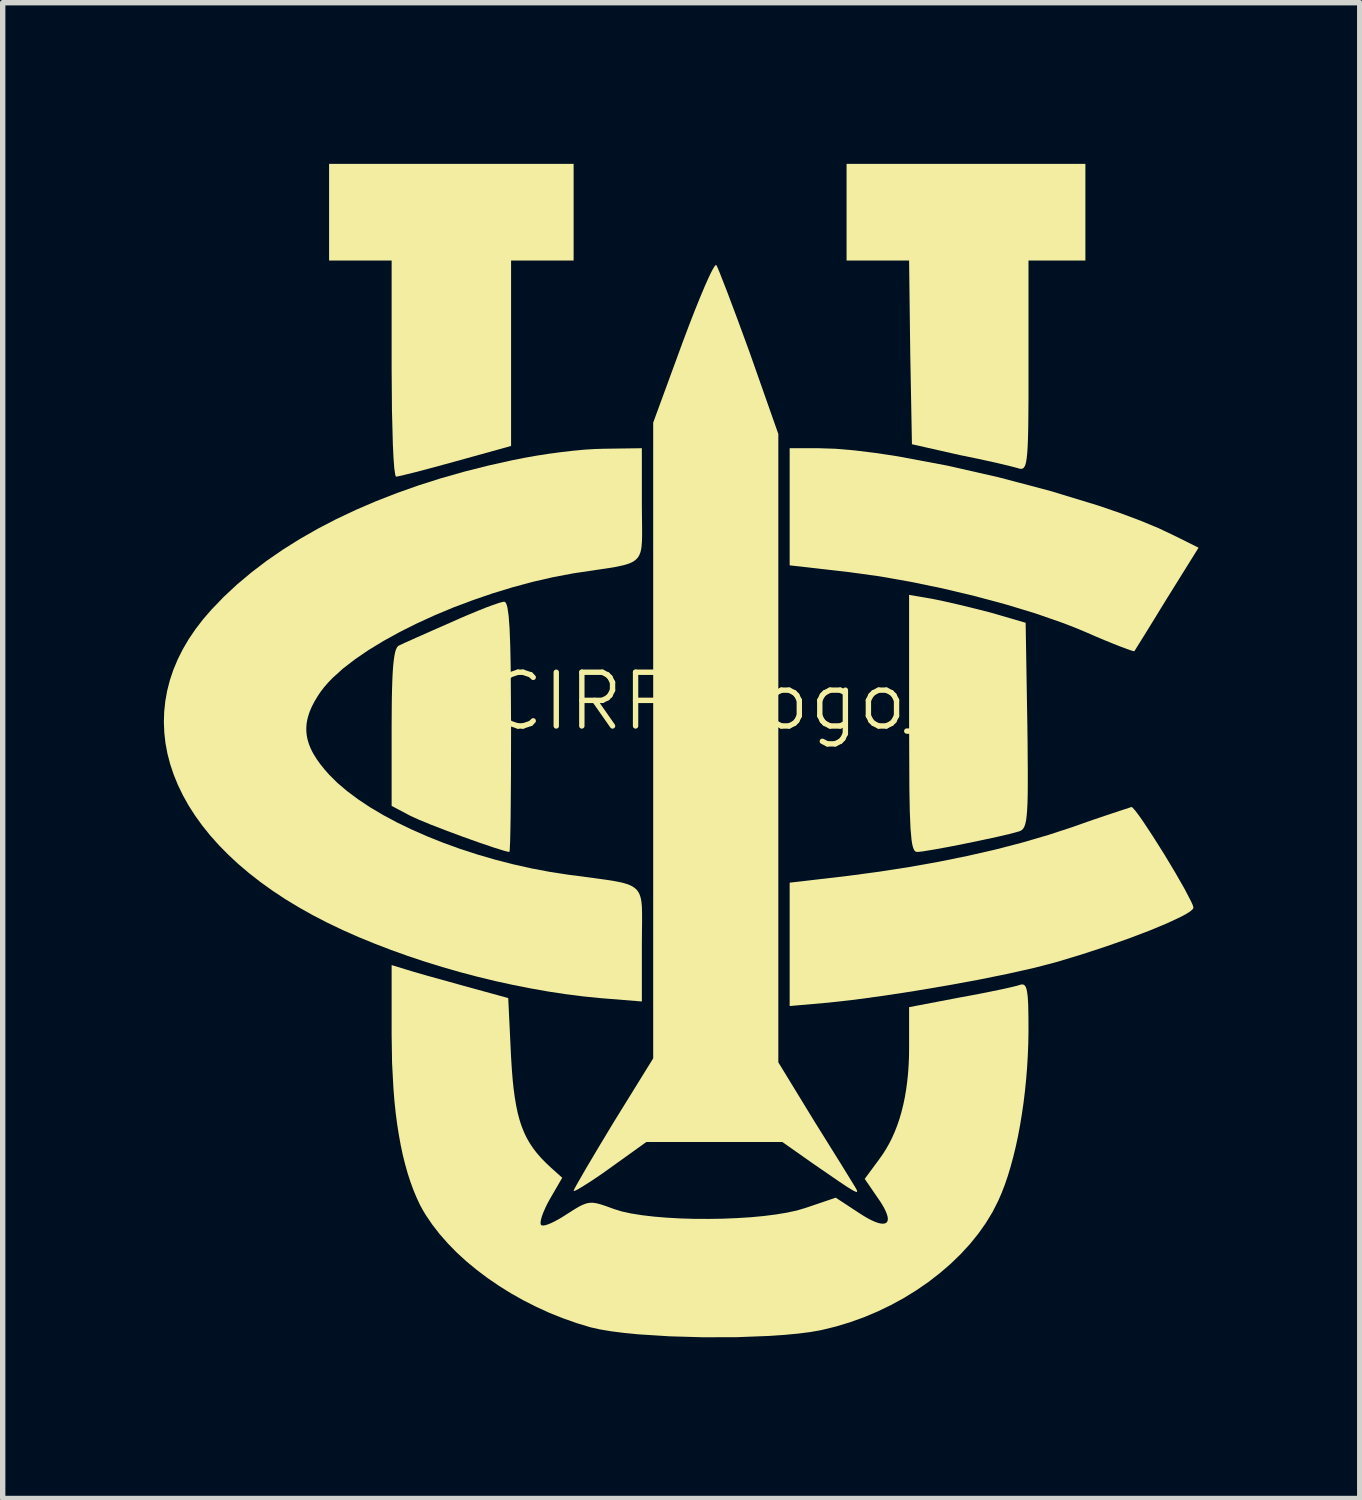
<source format=kicad_pcb>
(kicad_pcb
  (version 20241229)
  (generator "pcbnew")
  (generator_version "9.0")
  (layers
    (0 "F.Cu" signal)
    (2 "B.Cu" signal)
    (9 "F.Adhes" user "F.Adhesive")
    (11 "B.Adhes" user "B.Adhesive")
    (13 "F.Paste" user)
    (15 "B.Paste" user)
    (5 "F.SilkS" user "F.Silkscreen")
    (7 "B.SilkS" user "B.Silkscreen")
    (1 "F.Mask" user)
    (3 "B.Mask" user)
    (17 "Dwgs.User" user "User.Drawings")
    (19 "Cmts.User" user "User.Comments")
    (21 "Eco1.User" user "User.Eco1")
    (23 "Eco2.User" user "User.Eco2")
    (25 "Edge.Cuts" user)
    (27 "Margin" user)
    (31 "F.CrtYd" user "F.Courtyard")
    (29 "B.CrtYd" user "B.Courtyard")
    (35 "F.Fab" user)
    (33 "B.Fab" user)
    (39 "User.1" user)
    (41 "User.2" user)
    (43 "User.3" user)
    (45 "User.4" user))
  (footprint "UCIRP_Logo_2"
    (layer "F.Cu")
    (at 10.279 10.504)
    (property "Reference" "UCIRP_Logo_2" (at 0 -0.5 0) (unlocked yes) (layer "F.SilkS") (effects (font (size 1 1) (thickness 0.1))))
    (attr smd)
    (fp_poly (pts (xy -2.653 -8.705) (xy -3.817 -8.705) (xy -3.817 -5.254) (xy -4.844 -4.969) (xy -5.253 -4.857) (xy -5.598 -4.766) (xy -5.736 -4.732) (xy -5.844 -4.705) (xy -5.919 -4.689) (xy -5.942 -4.684) (xy -5.955 -4.683) (xy -5.965 -4.693) (xy -5.974 -4.724) (xy -5.991 -4.842) (xy -6.005 -5.029) (xy -6.017 -5.276) (xy -6.034 -5.915) (xy -6.04 -6.694) (xy -6.04 -8.705) (xy -7.204 -8.705) (xy -7.204 -10.504) (xy -2.653 -10.504)) (stroke (width 0) (type solid)) (fill yes) (layer "F.SilkS"))
    (fp_poly (pts (xy 2.218 -5.202) (xy 2.572 -5.172) (xy 2.963 -5.124) (xy 3.385 -5.06) (xy 4.297 -4.889) (xy 5.256 -4.671) (xy 6.211 -4.419) (xy 7.11 -4.145) (xy 7.522 -4.004) (xy 7.901 -3.862) (xy 8.24 -3.721) (xy 8.533 -3.582) (xy 8.978 -3.36) (xy 8.385 -2.408) (xy 8.158 -2.038) (xy 7.968 -1.73) (xy 7.836 -1.518) (xy 7.798 -1.457) (xy 7.782 -1.434) (xy 7.775 -1.434) (xy 7.76 -1.437) (xy 7.705 -1.454) (xy 7.622 -1.484) (xy 7.512 -1.525) (xy 7.381 -1.577) (xy 7.231 -1.638) (xy 7.067 -1.707) (xy 6.893 -1.783) (xy 6.679 -1.872) (xy 6.449 -1.961) (xy 5.946 -2.136) (xy 5.397 -2.303) (xy 4.817 -2.459) (xy 4.221 -2.601) (xy 3.623 -2.725) (xy 3.038 -2.828) (xy 2.48 -2.905) (xy 1.368 -3.032) (xy 1.368 -5.212) (xy 1.908 -5.212)) (stroke (width 0) (type solid)) (fill yes) (layer "F.SilkS"))
    (fp_poly (pts (xy 7.74 1.47) (xy 7.756 1.484) (xy 7.803 1.537) (xy 7.867 1.622) (xy 7.945 1.733) (xy 8.131 2.015) (xy 8.338 2.343) (xy 8.54 2.679) (xy 8.714 2.983) (xy 8.836 3.216) (xy 8.871 3.294) (xy 8.883 3.339) (xy 8.879 3.353) (xy 8.868 3.369) (xy 8.824 3.408) (xy 8.753 3.453) (xy 8.658 3.505) (xy 8.401 3.626) (xy 8.07 3.764) (xy 7.681 3.912) (xy 7.248 4.064) (xy 6.79 4.214) (xy 6.321 4.355) (xy 5.922 4.459) (xy 5.437 4.568) (xy 4.891 4.679) (xy 4.308 4.786) (xy 3.712 4.887) (xy 3.128 4.977) (xy 2.578 5.052) (xy 2.088 5.107) (xy 1.368 5.17) (xy 1.368 2.874) (xy 2.458 2.747) (xy 3.033 2.67) (xy 3.597 2.582) (xy 4.148 2.484) (xy 4.684 2.375) (xy 5.203 2.256) (xy 5.703 2.126) (xy 6.182 1.986) (xy 6.639 1.836) (xy 6.845 1.763) (xy 7.041 1.695) (xy 7.382 1.58) (xy 7.729 1.466)) (stroke (width 0) (type solid)) (fill yes) (layer "F.SilkS"))
    (fp_poly (pts (xy 6.872 -8.705) (xy 5.813 -8.705) (xy 5.813 -6.736) (xy 5.813 -6.407) (xy 5.813 -6.117) (xy 5.811 -5.864) (xy 5.809 -5.645) (xy 5.807 -5.548) (xy 5.805 -5.459) (xy 5.803 -5.376) (xy 5.8 -5.301) (xy 5.797 -5.233) (xy 5.793 -5.172) (xy 5.789 -5.116) (xy 5.784 -5.067) (xy 5.779 -5.023) (xy 5.773 -4.984) (xy 5.767 -4.951) (xy 5.763 -4.936) (xy 5.76 -4.922) (xy 5.756 -4.909) (xy 5.752 -4.898) (xy 5.748 -4.887) (xy 5.743 -4.878) (xy 5.739 -4.869) (xy 5.734 -4.862) (xy 5.729 -4.855) (xy 5.724 -4.849) (xy 5.719 -4.844) (xy 5.713 -4.84) (xy 5.708 -4.836) (xy 5.702 -4.833) (xy 5.695 -4.831) (xy 5.689 -4.83) (xy 5.682 -4.829) (xy 5.676 -4.828) (xy 5.669 -4.829) (xy 5.661 -4.829) (xy 5.646 -4.832) (xy 5.63 -4.836) (xy 5.612 -4.842) (xy 5.467 -4.88) (xy 5.215 -4.94) (xy 4.892 -5.011) (xy 4.533 -5.085) (xy 3.644 -5.286) (xy 3.612 -6.99) (xy 3.591 -8.705) (xy 2.427 -8.705) (xy 2.427 -10.504) (xy 6.872 -10.504)) (stroke (width 0) (type solid)) (fill yes) (layer "F.SilkS"))
    (fp_poly (pts (xy 0.003 -8.62) (xy 0.026 -8.573) (xy 0.069 -8.47) (xy 0.207 -8.117) (xy 0.396 -7.614) (xy 0.617 -7.011) (xy 1.157 -5.477) (xy 1.157 6.218) (xy 1.823 7.308) (xy 2.324 8.112) (xy 2.585 8.536) (xy 2.616 8.592) (xy 2.623 8.611) (xy 2.624 8.624) (xy 2.621 8.628) (xy 2.617 8.63) (xy 2.602 8.628) (xy 2.578 8.618) (xy 2.543 8.6) (xy 2.441 8.538) (xy 2.288 8.436) (xy 1.802 8.102) (xy 1.231 7.7) (xy -1.299 7.7) (xy -1.976 8.186) (xy -2.111 8.282) (xy -2.238 8.369) (xy -2.353 8.445) (xy -2.454 8.509) (xy -2.497 8.536) (xy -2.537 8.559) (xy -2.571 8.579) (xy -2.6 8.594) (xy -2.623 8.605) (xy -2.639 8.611) (xy -2.645 8.613) (xy -2.65 8.613) (xy -2.652 8.612) (xy -2.653 8.61) (xy -2.638 8.573) (xy -2.594 8.492) (xy -2.434 8.213) (xy -2.198 7.815) (xy -1.912 7.34) (xy -1.172 6.144) (xy -1.172 -5.688) (xy -0.621 -7.191) (xy -0.508 -7.491) (xy -0.4 -7.769) (xy -0.3 -8.017) (xy -0.21 -8.231) (xy -0.169 -8.323) (xy -0.132 -8.404) (xy -0.099 -8.474) (xy -0.069 -8.531) (xy -0.044 -8.575) (xy -0.023 -8.605) (xy -0.015 -8.614) (xy -0.007 -8.62) (xy -0.002 -8.622)) (stroke (width 0) (type solid)) (fill yes) (layer "F.SilkS"))
    (fp_poly (pts (xy -3.927 -2.348) (xy -3.912 -2.328) (xy -3.897 -2.293) (xy -3.884 -2.242) (xy -3.862 -2.09) (xy -3.845 -1.861) (xy -3.833 -1.549) (xy -3.824 -1.145) (xy -3.817 -0.026) (xy -3.819 0.878) (xy -3.825 1.618) (xy -3.83 1.903) (xy -3.835 2.118) (xy -3.842 2.255) (xy -3.845 2.29) (xy -3.849 2.302) (xy -3.886 2.296) (xy -3.951 2.279) (xy -4.149 2.217) (xy -4.414 2.127) (xy -4.716 2.019) (xy -5.025 1.904) (xy -5.312 1.793) (xy -5.547 1.696) (xy -5.701 1.625) (xy -6.04 1.445) (xy -6.04 -0.016) (xy -6.038 -0.389) (xy -6.036 -0.554) (xy -6.033 -0.703) (xy -6.029 -0.839) (xy -6.024 -0.961) (xy -6.018 -1.07) (xy -6.011 -1.167) (xy -6.002 -1.251) (xy -5.992 -1.324) (xy -5.981 -1.385) (xy -5.975 -1.412) (xy -5.969 -1.436) (xy -5.962 -1.457) (xy -5.954 -1.476) (xy -5.947 -1.492) (xy -5.939 -1.506) (xy -5.93 -1.518) (xy -5.921 -1.527) (xy -5.912 -1.535) (xy -5.902 -1.54) (xy -5.789 -1.593) (xy -5.566 -1.693) (xy -5.268 -1.825) (xy -4.929 -1.974) (xy -4.756 -2.051) (xy -4.589 -2.122) (xy -4.432 -2.187) (xy -4.29 -2.244) (xy -4.166 -2.29) (xy -4.064 -2.325) (xy -4.023 -2.338) (xy -3.989 -2.347) (xy -3.963 -2.353) (xy -3.944 -2.355)) (stroke (width 0) (type solid)) (fill yes) (layer "F.SilkS"))
    (fp_poly (pts (xy 4.025 -2.408) (xy 4.123 -2.388) (xy 4.241 -2.363) (xy 4.517 -2.3) (xy 4.817 -2.227) (xy 5.104 -2.154) (xy 5.76 -1.963) (xy 5.792 -0.047) (xy 5.796 0.262) (xy 5.798 0.536) (xy 5.8 0.778) (xy 5.8 0.989) (xy 5.799 1.172) (xy 5.798 1.254) (xy 5.796 1.329) (xy 5.794 1.398) (xy 5.791 1.461) (xy 5.788 1.519) (xy 5.784 1.572) (xy 5.78 1.619) (xy 5.775 1.662) (xy 5.77 1.701) (xy 5.764 1.735) (xy 5.757 1.766) (xy 5.75 1.793) (xy 5.741 1.816) (xy 5.737 1.827) (xy 5.733 1.837) (xy 5.728 1.846) (xy 5.723 1.854) (xy 5.718 1.862) (xy 5.713 1.869) (xy 5.707 1.876) (xy 5.702 1.882) (xy 5.696 1.888) (xy 5.69 1.893) (xy 5.683 1.898) (xy 5.677 1.902) (xy 5.663 1.909) (xy 5.649 1.916) (xy 5.633 1.921) (xy 5.471 1.965) (xy 5.232 2.021) (xy 4.944 2.083) (xy 4.635 2.147) (xy 4.332 2.207) (xy 4.063 2.256) (xy 3.856 2.29) (xy 3.785 2.299) (xy 3.739 2.302) (xy 3.716 2.297) (xy 3.696 2.282) (xy 3.678 2.254) (xy 3.662 2.211) (xy 3.648 2.152) (xy 3.636 2.075) (xy 3.617 1.86) (xy 3.604 1.551) (xy 3.596 1.132) (xy 3.591 -0.09) (xy 3.591 -2.482)) (stroke (width 0) (type solid)) (fill yes) (layer "F.SilkS"))
    (fp_poly (pts (xy -1.383 -4.154) (xy -1.379 -3.762) (xy -1.378 -3.608) (xy -1.381 -3.478) (xy -1.39 -3.369) (xy -1.398 -3.323) (xy -1.408 -3.28) (xy -1.422 -3.242) (xy -1.438 -3.208) (xy -1.458 -3.177) (xy -1.483 -3.15) (xy -1.511 -3.125) (xy -1.543 -3.103) (xy -1.581 -3.083) (xy -1.624 -3.065) (xy -1.672 -3.049) (xy -1.726 -3.034) (xy -1.852 -3.006) (xy -2.006 -2.98) (xy -2.189 -2.953) (xy -2.653 -2.884) (xy -3.025 -2.814) (xy -3.401 -2.728) (xy -3.778 -2.627) (xy -4.152 -2.513) (xy -4.521 -2.387) (xy -4.883 -2.251) (xy -5.234 -2.105) (xy -5.57 -1.951) (xy -5.89 -1.791) (xy -6.191 -1.625) (xy -6.469 -1.456) (xy -6.721 -1.284) (xy -6.945 -1.111) (xy -7.137 -0.938) (xy -7.22 -0.852) (xy -7.295 -0.766) (xy -7.36 -0.682) (xy -7.416 -0.598) (xy -7.475 -0.5) (xy -7.524 -0.405) (xy -7.545 -0.358) (xy -7.564 -0.312) (xy -7.58 -0.266) (xy -7.594 -0.221) (xy -7.606 -0.176) (xy -7.615 -0.131) (xy -7.622 -0.087) (xy -7.626 -0.043) (xy -7.628 0.001) (xy -7.628 0.045) (xy -7.625 0.089) (xy -7.62 0.132) (xy -7.612 0.176) (xy -7.602 0.22) (xy -7.589 0.264) (xy -7.574 0.308) (xy -7.557 0.352) (xy -7.537 0.396) (xy -7.515 0.441) (xy -7.49 0.486) (xy -7.433 0.577) (xy -7.367 0.67) (xy -7.29 0.765) (xy -7.204 0.863) (xy -7.047 1.019) (xy -6.866 1.172) (xy -6.664 1.323) (xy -6.441 1.471) (xy -6.2 1.614) (xy -5.941 1.753) (xy -5.667 1.885) (xy -5.378 2.012) (xy -5.078 2.132) (xy -4.766 2.245) (xy -4.446 2.349) (xy -4.117 2.445) (xy -3.783 2.531) (xy -3.444 2.607) (xy -3.102 2.672) (xy -2.759 2.725) (xy -2.259 2.791) (xy -2.062 2.818) (xy -1.897 2.844) (xy -1.76 2.871) (xy -1.702 2.887) (xy -1.649 2.903) (xy -1.603 2.922) (xy -1.562 2.942) (xy -1.527 2.965) (xy -1.496 2.99) (xy -1.469 3.018) (xy -1.447 3.05) (xy -1.429 3.085) (xy -1.414 3.124) (xy -1.402 3.168) (xy -1.393 3.216) (xy -1.387 3.269) (xy -1.382 3.327) (xy -1.379 3.46) (xy -1.379 3.617) (xy -1.383 4.017) (xy -1.383 5.085) (xy -2.166 5.022) (xy -2.481 4.99) (xy -2.801 4.949) (xy -3.125 4.9) (xy -3.452 4.842) (xy -3.782 4.777) (xy -4.112 4.705) (xy -4.442 4.625) (xy -4.771 4.538) (xy -5.098 4.444) (xy -5.421 4.344) (xy -5.739 4.238) (xy -6.052 4.126) (xy -6.358 4.008) (xy -6.657 3.886) (xy -6.946 3.758) (xy -7.225 3.625) (xy -7.502 3.482) (xy -7.766 3.334) (xy -8.017 3.182) (xy -8.256 3.024) (xy -8.482 2.862) (xy -8.695 2.696) (xy -8.895 2.526) (xy -9.082 2.352) (xy -9.256 2.175) (xy -9.417 1.995) (xy -9.564 1.812) (xy -9.698 1.626) (xy -9.818 1.439) (xy -9.924 1.249) (xy -10.017 1.057) (xy -10.096 0.864) (xy -10.161 0.67) (xy -10.212 0.475) (xy -10.249 0.279) (xy -10.271 0.082) (xy -10.279 -0.114) (xy -10.273 -0.31) (xy -10.252 -0.506) (xy -10.217 -0.701) (xy -10.167 -0.896) (xy -10.102 -1.089) (xy -10.022 -1.28) (xy -9.927 -1.47) (xy -9.817 -1.658) (xy -9.691 -1.843) (xy -9.551 -2.026) (xy -9.395 -2.206) (xy -9.165 -2.445) (xy -8.917 -2.676) (xy -8.651 -2.899) (xy -8.368 -3.115) (xy -8.068 -3.322) (xy -7.751 -3.521) (xy -7.419 -3.711) (xy -7.071 -3.892) (xy -6.707 -4.064) (xy -6.33 -4.226) (xy -5.938 -4.379) (xy -5.533 -4.522) (xy -5.114 -4.655) (xy -4.683 -4.777) (xy -4.24 -4.889) (xy -3.786 -4.99) (xy -3.574 -5.032) (xy -3.35 -5.072) (xy -3.119 -5.108) (xy -2.887 -5.139) (xy -2.663 -5.165) (xy -2.451 -5.185) (xy -2.258 -5.197) (xy -2.092 -5.202) (xy -1.383 -5.212)) (stroke (width 0) (type solid)) (fill yes) (layer "F.SilkS"))
    (fp_poly (pts (xy -5.797 4.482) (xy -5.64 4.53) (xy -5.384 4.604) (xy -4.717 4.789) (xy -3.87 5.022) (xy -3.817 6.123) (xy -3.804 6.331) (xy -3.789 6.523) (xy -3.771 6.7) (xy -3.749 6.863) (xy -3.724 7.014) (xy -3.695 7.154) (xy -3.661 7.283) (xy -3.642 7.344) (xy -3.622 7.403) (xy -3.6 7.46) (xy -3.577 7.516) (xy -3.553 7.569) (xy -3.527 7.621) (xy -3.499 7.672) (xy -3.47 7.721) (xy -3.439 7.769) (xy -3.407 7.816) (xy -3.372 7.863) (xy -3.336 7.908) (xy -3.258 7.998) (xy -3.171 8.087) (xy -3.077 8.176) (xy -2.865 8.366) (xy -3.098 8.768) (xy -3.121 8.81) (xy -3.143 8.851) (xy -3.163 8.892) (xy -3.182 8.932) (xy -3.199 8.971) (xy -3.215 9.008) (xy -3.229 9.044) (xy -3.241 9.078) (xy -3.251 9.11) (xy -3.258 9.139) (xy -3.264 9.165) (xy -3.267 9.188) (xy -3.268 9.199) (xy -3.268 9.208) (xy -3.268 9.217) (xy -3.267 9.224) (xy -3.265 9.231) (xy -3.263 9.237) (xy -3.26 9.241) (xy -3.257 9.245) (xy -3.252 9.248) (xy -3.247 9.251) (xy -3.24 9.253) (xy -3.233 9.254) (xy -3.216 9.255) (xy -3.196 9.252) (xy -3.172 9.247) (xy -3.146 9.239) (xy -3.117 9.228) (xy -3.086 9.216) (xy -3.053 9.201) (xy -3.017 9.184) (xy -2.981 9.164) (xy -2.943 9.144) (xy -2.903 9.121) (xy -2.863 9.097) (xy -2.822 9.071) (xy -2.78 9.044) (xy -2.643 8.957) (xy -2.585 8.922) (xy -2.533 8.893) (xy -2.485 8.87) (xy -2.463 8.861) (xy -2.441 8.853) (xy -2.42 8.846) (xy -2.399 8.84) (xy -2.378 8.836) (xy -2.357 8.833) (xy -2.336 8.832) (xy -2.315 8.831) (xy -2.293 8.832) (xy -2.271 8.834) (xy -2.248 8.838) (xy -2.224 8.842) (xy -2.173 8.855) (xy -2.117 8.872) (xy -2.053 8.893) (xy -1.902 8.948) (xy -1.757 8.993) (xy -1.582 9.031) (xy -1.382 9.063) (xy -1.16 9.089) (xy -0.921 9.109) (xy -0.669 9.123) (xy -0.408 9.131) (xy -0.142 9.132) (xy 0.124 9.128) (xy 0.387 9.117) (xy 0.643 9.101) (xy 0.887 9.078) (xy 1.115 9.049) (xy 1.324 9.014) (xy 1.508 8.974) (xy 1.665 8.927) (xy 2.226 8.737) (xy 2.66 9.022) (xy 2.755 9.082) (xy 2.799 9.108) (xy 2.841 9.131) (xy 2.881 9.152) (xy 2.918 9.169) (xy 2.954 9.185) (xy 2.987 9.197) (xy 3.017 9.207) (xy 3.046 9.214) (xy 3.072 9.219) (xy 3.095 9.221) (xy 3.116 9.22) (xy 3.135 9.217) (xy 3.151 9.212) (xy 3.165 9.204) (xy 3.176 9.193) (xy 3.185 9.18) (xy 3.191 9.165) (xy 3.194 9.148) (xy 3.195 9.128) (xy 3.193 9.105) (xy 3.188 9.081) (xy 3.18 9.054) (xy 3.17 9.024) (xy 3.157 8.993) (xy 3.141 8.959) (xy 3.123 8.923) (xy 3.101 8.885) (xy 3.077 8.845) (xy 3.05 8.802) (xy 3.019 8.758) (xy 2.765 8.387) (xy 3.03 8.028) (xy 3.097 7.934) (xy 3.16 7.835) (xy 3.219 7.732) (xy 3.274 7.623) (xy 3.324 7.51) (xy 3.37 7.392) (xy 3.412 7.269) (xy 3.449 7.141) (xy 3.482 7.009) (xy 3.511 6.872) (xy 3.535 6.73) (xy 3.555 6.584) (xy 3.571 6.433) (xy 3.582 6.278) (xy 3.589 6.118) (xy 3.591 5.953) (xy 3.591 5.191) (xy 4.533 5.011) (xy 4.729 4.975) (xy 4.918 4.939) (xy 5.095 4.904) (xy 5.255 4.871) (xy 5.395 4.841) (xy 5.509 4.815) (xy 5.594 4.794) (xy 5.644 4.779) (xy 5.67 4.771) (xy 5.694 4.768) (xy 5.715 4.77) (xy 5.733 4.779) (xy 5.749 4.794) (xy 5.763 4.818) (xy 5.774 4.85) (xy 5.784 4.891) (xy 5.792 4.942) (xy 5.799 5.004) (xy 5.804 5.078) (xy 5.808 5.164) (xy 5.812 5.376) (xy 5.813 5.646) (xy 5.809 5.869) (xy 5.8 6.092) (xy 5.787 6.314) (xy 5.769 6.535) (xy 5.747 6.754) (xy 5.721 6.969) (xy 5.69 7.181) (xy 5.656 7.389) (xy 5.618 7.591) (xy 5.576 7.787) (xy 5.53 7.976) (xy 5.481 8.157) (xy 5.429 8.33) (xy 5.373 8.494) (xy 5.314 8.647) (xy 5.252 8.79) (xy 5.146 9) (xy 5.021 9.206) (xy 4.879 9.407) (xy 4.722 9.601) (xy 4.549 9.789) (xy 4.362 9.97) (xy 4.162 10.142) (xy 3.951 10.306) (xy 3.728 10.459) (xy 3.496 10.603) (xy 3.254 10.735) (xy 3.005 10.855) (xy 2.749 10.963) (xy 2.487 11.057) (xy 2.221 11.137) (xy 1.95 11.203) (xy 1.751 11.238) (xy 1.521 11.267) (xy 1.265 11.291) (xy 0.988 11.31) (xy 0.387 11.333) (xy -0.244 11.335) (xy -0.869 11.317) (xy -1.45 11.28) (xy -1.713 11.254) (xy -1.951 11.224) (xy -2.161 11.189) (xy -2.336 11.15) (xy -2.594 11.072) (xy -2.849 10.982) (xy -3.1 10.882) (xy -3.345 10.77) (xy -3.584 10.649) (xy -3.816 10.519) (xy -4.039 10.38) (xy -4.253 10.234) (xy -4.456 10.081) (xy -4.649 9.922) (xy -4.829 9.757) (xy -4.995 9.587) (xy -5.148 9.413) (xy -5.285 9.236) (xy -5.407 9.056) (xy -5.461 8.965) (xy -5.511 8.874) (xy -5.574 8.739) (xy -5.634 8.596) (xy -5.689 8.445) (xy -5.741 8.286) (xy -5.788 8.119) (xy -5.832 7.943) (xy -5.871 7.759) (xy -5.906 7.566) (xy -5.938 7.365) (xy -5.965 7.155) (xy -5.988 6.936) (xy -6.006 6.709) (xy -6.032 6.227) (xy -6.04 5.71) (xy -6.04 4.408)) (stroke (width 0) (type solid)) (fill yes) (layer "F.SilkS")))
  (gr_rect
    (start -3 -3)
    (end 22.257 24.839)
    (stroke (width 0.1) (type default))
    (fill no)
    (layer "Edge.Cuts")))
</source>
